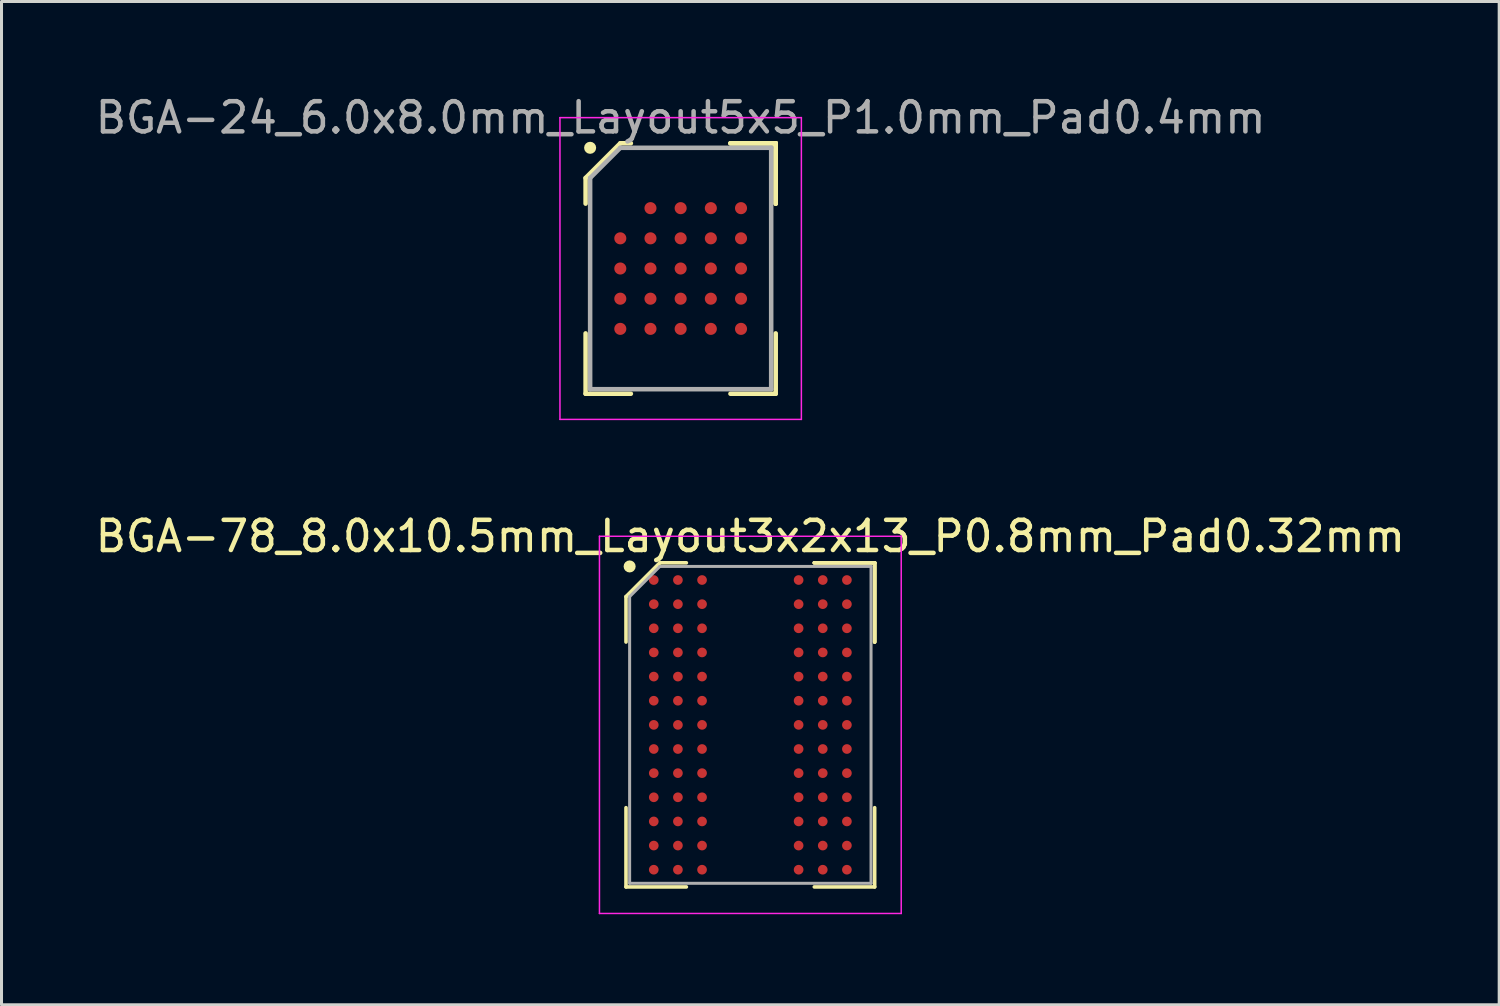
<source format=kicad_pcb>
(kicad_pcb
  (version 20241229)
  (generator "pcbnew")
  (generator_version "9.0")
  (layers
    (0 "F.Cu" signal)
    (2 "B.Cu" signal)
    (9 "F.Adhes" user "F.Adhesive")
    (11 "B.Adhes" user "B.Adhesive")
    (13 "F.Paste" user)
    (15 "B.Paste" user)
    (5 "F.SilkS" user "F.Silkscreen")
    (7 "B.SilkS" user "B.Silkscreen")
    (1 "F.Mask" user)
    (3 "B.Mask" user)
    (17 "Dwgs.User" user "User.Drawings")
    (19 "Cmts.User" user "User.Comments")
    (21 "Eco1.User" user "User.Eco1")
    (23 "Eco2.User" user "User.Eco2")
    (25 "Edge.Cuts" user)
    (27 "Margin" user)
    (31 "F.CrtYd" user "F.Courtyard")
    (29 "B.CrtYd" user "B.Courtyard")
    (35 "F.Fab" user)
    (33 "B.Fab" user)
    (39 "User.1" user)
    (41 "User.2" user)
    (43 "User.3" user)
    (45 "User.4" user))
  (footprint "BGA-24_6.0x8.0mm_Layout5x5_P1.0mm_Pad0.4mm"
    (layer "F.Cu")
    (at 19.506 5.848)
    (property "Reference" "BGA-24_6.0x8.0mm_Layout5x5_P1.0mm_Pad0.4mm" (at 0 -5 0) (layer "F.Fab") (effects (font (size 1 1) (thickness 0.15))))
    (attr smd)
    (fp_line (start -3.15 -3) (end -3.15 -2.15) (stroke (width 0.15) (type solid)) (layer "F.SilkS"))
    (fp_line (start -3.15 4.15) (end -3.15 2.15) (stroke (width 0.15) (type solid)) (layer "F.SilkS"))
    (fp_line (start -2 -4.15) (end -3.15 -3) (stroke (width 0.15) (type solid)) (layer "F.SilkS"))
    (fp_line (start -1.65 -4.15) (end -2 -4.15) (stroke (width 0.15) (type solid)) (layer "F.SilkS"))
    (fp_line (start -1.65 4.15) (end -3.15 4.15) (stroke (width 0.15) (type solid)) (layer "F.SilkS"))
    (fp_line (start 1.65 -4.15) (end 3.15 -4.15) (stroke (width 0.15) (type solid)) (layer "F.SilkS"))
    (fp_line (start 1.65 -4.15) (end 3.15 -4.15) (stroke (width 0.15) (type solid)) (layer "F.SilkS"))
    (fp_line (start 1.65 -4.15) (end 3.15 -4.15) (stroke (width 0.15) (type solid)) (layer "F.SilkS"))
    (fp_line (start 1.65 4.15) (end 3.15 4.15) (stroke (width 0.15) (type solid)) (layer "F.SilkS"))
    (fp_line (start 3.15 -4.15) (end 3.15 -2.15) (stroke (width 0.15) (type solid)) (layer "F.SilkS"))
    (fp_line (start 3.15 -4.15) (end 3.15 -2.15) (stroke (width 0.15) (type solid)) (layer "F.SilkS"))
    (fp_line (start 3.15 -4.15) (end 3.15 -2.15) (stroke (width 0.15) (type solid)) (layer "F.SilkS"))
    (fp_line (start 3.15 4.15) (end 3.15 2.15) (stroke (width 0.15) (type solid)) (layer "F.SilkS"))
    (fp_circle (center -3 -4) (end -3 -3.9) (stroke (width 0.2) (type solid)) (fill no) (layer "F.SilkS"))
    (fp_line (start -4 -5) (end 4 -5) (stroke (width 0.05) (type solid)) (layer "F.CrtYd"))
    (fp_line (start -4 5) (end -4 -5) (stroke (width 0.05) (type solid)) (layer "F.CrtYd"))
    (fp_line (start 4 -5) (end 4 5) (stroke (width 0.05) (type solid)) (layer "F.CrtYd"))
    (fp_line (start 4 5) (end -4 5) (stroke (width 0.05) (type solid)) (layer "F.CrtYd"))
    (fp_line (start -3 -3) (end -3 4) (stroke (width 0.15) (type solid)) (layer "F.Fab"))
    (fp_line (start -3 4) (end 3 4) (stroke (width 0.15) (type solid)) (layer "F.Fab"))
    (fp_line (start -2 -4) (end -3 -3) (stroke (width 0.15) (type solid)) (layer "F.Fab"))
    (fp_line (start 3 -4) (end -2 -4) (stroke (width 0.15) (type solid)) (layer "F.Fab"))
    (fp_line (start 3 4) (end 3 -4) (stroke (width 0.15) (type solid)) (layer "F.Fab"))
    (pad "A2" smd circle (at -1 -2) (size 0.4 0.4) (layers "F.Cu" "F.Mask" "F.Paste"))
    (pad "A3" smd circle (at 0 -2) (size 0.4 0.4) (layers "F.Cu" "F.Mask" "F.Paste"))
    (pad "A4" smd circle (at 1 -2) (size 0.4 0.4) (layers "F.Cu" "F.Mask" "F.Paste"))
    (pad "A5" smd circle (at 2 -2) (size 0.4 0.4) (layers "F.Cu" "F.Mask" "F.Paste"))
    (pad "B1" smd circle (at -2 -1) (size 0.4 0.4) (layers "F.Cu" "F.Mask" "F.Paste"))
    (pad "B2" smd circle (at -1 -1) (size 0.4 0.4) (layers "F.Cu" "F.Mask" "F.Paste"))
    (pad "B3" smd circle (at 0 -1) (size 0.4 0.4) (layers "F.Cu" "F.Mask" "F.Paste"))
    (pad "B4" smd circle (at 1 -1) (size 0.4 0.4) (layers "F.Cu" "F.Mask" "F.Paste"))
    (pad "B5" smd circle (at 2 -1) (size 0.4 0.4) (layers "F.Cu" "F.Mask" "F.Paste"))
    (pad "C1" smd circle (at -2 0) (size 0.4 0.4) (layers "F.Cu" "F.Mask" "F.Paste"))
    (pad "C2" smd circle (at -1 0) (size 0.4 0.4) (layers "F.Cu" "F.Mask" "F.Paste"))
    (pad "C3" smd circle (at 0 0) (size 0.4 0.4) (layers "F.Cu" "F.Mask" "F.Paste"))
    (pad "C4" smd circle (at 1 0) (size 0.4 0.4) (layers "F.Cu" "F.Mask" "F.Paste"))
    (pad "C5" smd circle (at 2 0) (size 0.4 0.4) (layers "F.Cu" "F.Mask" "F.Paste"))
    (pad "D1" smd circle (at -2 1) (size 0.4 0.4) (layers "F.Cu" "F.Mask" "F.Paste"))
    (pad "D2" smd circle (at -1 1) (size 0.4 0.4) (layers "F.Cu" "F.Mask" "F.Paste"))
    (pad "D3" smd circle (at 0 1) (size 0.4 0.4) (layers "F.Cu" "F.Mask" "F.Paste"))
    (pad "D4" smd circle (at 1 1) (size 0.4 0.4) (layers "F.Cu" "F.Mask" "F.Paste"))
    (pad "D5" smd circle (at 2 1) (size 0.4 0.4) (layers "F.Cu" "F.Mask" "F.Paste"))
    (pad "E1" smd circle (at -2 2) (size 0.4 0.4) (layers "F.Cu" "F.Mask" "F.Paste"))
    (pad "E2" smd circle (at -1 2) (size 0.4 0.4) (layers "F.Cu" "F.Mask" "F.Paste"))
    (pad "E3" smd circle (at 0 2) (size 0.4 0.4) (layers "F.Cu" "F.Mask" "F.Paste"))
    (pad "E4" smd circle (at 1 2) (size 0.4 0.4) (layers "F.Cu" "F.Mask" "F.Paste"))
    (pad "E5" smd circle (at 2 2) (size 0.4 0.4) (layers "F.Cu" "F.Mask" "F.Paste")))
  (footprint "BGA-78_8.0x10.5mm_Layout3x2x13_P0.8mm_Pad0.32mm"
    (layer "F.Cu")
    (at 21.815 20.971)
    (property "Reference" "BGA-78_8.0x10.5mm_Layout3x2x13_P0.8mm_Pad0.32mm" (at 0 -6.25 0) (layer "F.SilkS") (effects (font (size 1 1) (thickness 0.15))))
    (attr smd)
    (fp_line (start -4.12 -4.25) (end -4.12 -2.745) (stroke (width 0.12) (type solid)) (layer "F.SilkS"))
    (fp_line (start -4.12 5.37) (end -4.12 2.745) (stroke (width 0.12) (type solid)) (layer "F.SilkS"))
    (fp_line (start -3 -5.37) (end -4.12 -4.25) (stroke (width 0.12) (type solid)) (layer "F.SilkS"))
    (fp_line (start -2.12 -5.37) (end -3 -5.37) (stroke (width 0.12) (type solid)) (layer "F.SilkS"))
    (fp_line (start -2.12 5.37) (end -4.12 5.37) (stroke (width 0.12) (type solid)) (layer "F.SilkS"))
    (fp_line (start 2.12 -5.37) (end 4.12 -5.37) (stroke (width 0.12) (type solid)) (layer "F.SilkS"))
    (fp_line (start 2.12 -5.37) (end 4.12 -5.37) (stroke (width 0.12) (type solid)) (layer "F.SilkS"))
    (fp_line (start 2.12 -5.37) (end 4.12 -5.37) (stroke (width 0.12) (type solid)) (layer "F.SilkS"))
    (fp_line (start 2.12 5.37) (end 4.12 5.37) (stroke (width 0.12) (type solid)) (layer "F.SilkS"))
    (fp_line (start 4.12 -5.37) (end 4.12 -2.745) (stroke (width 0.12) (type solid)) (layer "F.SilkS"))
    (fp_line (start 4.12 -5.37) (end 4.12 -2.745) (stroke (width 0.12) (type solid)) (layer "F.SilkS"))
    (fp_line (start 4.12 -5.37) (end 4.12 -2.745) (stroke (width 0.12) (type solid)) (layer "F.SilkS"))
    (fp_line (start 4.12 5.37) (end 4.12 2.745) (stroke (width 0.12) (type solid)) (layer "F.SilkS"))
    (fp_circle (center -4 -5.25) (end -4 -5.15) (stroke (width 0.2) (type solid)) (fill no) (layer "F.SilkS"))
    (fp_line (start -5 -6.25) (end 5 -6.25) (stroke (width 0.05) (type solid)) (layer "F.CrtYd"))
    (fp_line (start -5 6.25) (end -5 -6.25) (stroke (width 0.05) (type solid)) (layer "F.CrtYd"))
    (fp_line (start 5 -6.25) (end 5 6.25) (stroke (width 0.05) (type solid)) (layer "F.CrtYd"))
    (fp_line (start 5 6.25) (end -5 6.25) (stroke (width 0.05) (type solid)) (layer "F.CrtYd"))
    (fp_line (start -4 -4.25) (end -4 5.25) (stroke (width 0.1) (type solid)) (layer "F.Fab"))
    (fp_line (start -4 5.25) (end 4 5.25) (stroke (width 0.1) (type solid)) (layer "F.Fab"))
    (fp_line (start -3 -5.25) (end -4 -4.25) (stroke (width 0.1) (type solid)) (layer "F.Fab"))
    (fp_line (start 4 -5.25) (end -3 -5.25) (stroke (width 0.1) (type solid)) (layer "F.Fab"))
    (fp_line (start 4 5.25) (end 4 -5.25) (stroke (width 0.1) (type solid)) (layer "F.Fab"))
    (pad "A1" smd circle (at -3.2 -4.8) (size 0.32 0.32) (layers "F.Cu" "F.Mask" "F.Paste"))
    (pad "A2" smd circle (at -2.4 -4.8) (size 0.32 0.32) (layers "F.Cu" "F.Mask" "F.Paste"))
    (pad "A3" smd circle (at -1.6 -4.8) (size 0.32 0.32) (layers "F.Cu" "F.Mask" "F.Paste"))
    (pad "A7" smd circle (at 1.6 -4.8) (size 0.32 0.32) (layers "F.Cu" "F.Mask" "F.Paste"))
    (pad "A8" smd circle (at 2.4 -4.8) (size 0.32 0.32) (layers "F.Cu" "F.Mask" "F.Paste"))
    (pad "A9" smd circle (at 3.2 -4.8) (size 0.32 0.32) (layers "F.Cu" "F.Mask" "F.Paste"))
    (pad "B1" smd circle (at -3.2 -4) (size 0.32 0.32) (layers "F.Cu" "F.Mask" "F.Paste"))
    (pad "B2" smd circle (at -2.4 -4) (size 0.32 0.32) (layers "F.Cu" "F.Mask" "F.Paste"))
    (pad "B3" smd circle (at -1.6 -4) (size 0.32 0.32) (layers "F.Cu" "F.Mask" "F.Paste"))
    (pad "B7" smd circle (at 1.6 -4) (size 0.32 0.32) (layers "F.Cu" "F.Mask" "F.Paste"))
    (pad "B8" smd circle (at 2.4 -4) (size 0.32 0.32) (layers "F.Cu" "F.Mask" "F.Paste"))
    (pad "B9" smd circle (at 3.2 -4) (size 0.32 0.32) (layers "F.Cu" "F.Mask" "F.Paste"))
    (pad "C1" smd circle (at -3.2 -3.2) (size 0.32 0.32) (layers "F.Cu" "F.Mask" "F.Paste"))
    (pad "C2" smd circle (at -2.4 -3.2) (size 0.32 0.32) (layers "F.Cu" "F.Mask" "F.Paste"))
    (pad "C3" smd circle (at -1.6 -3.2) (size 0.32 0.32) (layers "F.Cu" "F.Mask" "F.Paste"))
    (pad "C7" smd circle (at 1.6 -3.2) (size 0.32 0.32) (layers "F.Cu" "F.Mask" "F.Paste"))
    (pad "C8" smd circle (at 2.4 -3.2) (size 0.32 0.32) (layers "F.Cu" "F.Mask" "F.Paste"))
    (pad "C9" smd circle (at 3.2 -3.2) (size 0.32 0.32) (layers "F.Cu" "F.Mask" "F.Paste"))
    (pad "D1" smd circle (at -3.2 -2.4) (size 0.32 0.32) (layers "F.Cu" "F.Mask" "F.Paste"))
    (pad "D2" smd circle (at -2.4 -2.4) (size 0.32 0.32) (layers "F.Cu" "F.Mask" "F.Paste"))
    (pad "D3" smd circle (at -1.6 -2.4) (size 0.32 0.32) (layers "F.Cu" "F.Mask" "F.Paste"))
    (pad "D7" smd circle (at 1.6 -2.4) (size 0.32 0.32) (layers "F.Cu" "F.Mask" "F.Paste"))
    (pad "D8" smd circle (at 2.4 -2.4) (size 0.32 0.32) (layers "F.Cu" "F.Mask" "F.Paste"))
    (pad "D9" smd circle (at 3.2 -2.4) (size 0.32 0.32) (layers "F.Cu" "F.Mask" "F.Paste"))
    (pad "E1" smd circle (at -3.2 -1.6) (size 0.32 0.32) (layers "F.Cu" "F.Mask" "F.Paste"))
    (pad "E2" smd circle (at -2.4 -1.6) (size 0.32 0.32) (layers "F.Cu" "F.Mask" "F.Paste"))
    (pad "E3" smd circle (at -1.6 -1.6) (size 0.32 0.32) (layers "F.Cu" "F.Mask" "F.Paste"))
    (pad "E7" smd circle (at 1.6 -1.6) (size 0.32 0.32) (layers "F.Cu" "F.Mask" "F.Paste"))
    (pad "E8" smd circle (at 2.4 -1.6) (size 0.32 0.32) (layers "F.Cu" "F.Mask" "F.Paste"))
    (pad "E9" smd circle (at 3.2 -1.6) (size 0.32 0.32) (layers "F.Cu" "F.Mask" "F.Paste"))
    (pad "F1" smd circle (at -3.2 -0.8) (size 0.32 0.32) (layers "F.Cu" "F.Mask" "F.Paste"))
    (pad "F2" smd circle (at -2.4 -0.8) (size 0.32 0.32) (layers "F.Cu" "F.Mask" "F.Paste"))
    (pad "F3" smd circle (at -1.6 -0.8) (size 0.32 0.32) (layers "F.Cu" "F.Mask" "F.Paste"))
    (pad "F7" smd circle (at 1.6 -0.8) (size 0.32 0.32) (layers "F.Cu" "F.Mask" "F.Paste"))
    (pad "F8" smd circle (at 2.4 -0.8) (size 0.32 0.32) (layers "F.Cu" "F.Mask" "F.Paste"))
    (pad "F9" smd circle (at 3.2 -0.8) (size 0.32 0.32) (layers "F.Cu" "F.Mask" "F.Paste"))
    (pad "G1" smd circle (at -3.2 0) (size 0.32 0.32) (layers "F.Cu" "F.Mask" "F.Paste"))
    (pad "G2" smd circle (at -2.4 0) (size 0.32 0.32) (layers "F.Cu" "F.Mask" "F.Paste"))
    (pad "G3" smd circle (at -1.6 0) (size 0.32 0.32) (layers "F.Cu" "F.Mask" "F.Paste"))
    (pad "G7" smd circle (at 1.6 0) (size 0.32 0.32) (layers "F.Cu" "F.Mask" "F.Paste"))
    (pad "G8" smd circle (at 2.4 0) (size 0.32 0.32) (layers "F.Cu" "F.Mask" "F.Paste"))
    (pad "G9" smd circle (at 3.2 0) (size 0.32 0.32) (layers "F.Cu" "F.Mask" "F.Paste"))
    (pad "H1" smd circle (at -3.2 0.8) (size 0.32 0.32) (layers "F.Cu" "F.Mask" "F.Paste"))
    (pad "H2" smd circle (at -2.4 0.8) (size 0.32 0.32) (layers "F.Cu" "F.Mask" "F.Paste"))
    (pad "H3" smd circle (at -1.6 0.8) (size 0.32 0.32) (layers "F.Cu" "F.Mask" "F.Paste"))
    (pad "H7" smd circle (at 1.6 0.8) (size 0.32 0.32) (layers "F.Cu" "F.Mask" "F.Paste"))
    (pad "H8" smd circle (at 2.4 0.8) (size 0.32 0.32) (layers "F.Cu" "F.Mask" "F.Paste"))
    (pad "H9" smd circle (at 3.2 0.8) (size 0.32 0.32) (layers "F.Cu" "F.Mask" "F.Paste"))
    (pad "J1" smd circle (at -3.2 1.6) (size 0.32 0.32) (layers "F.Cu" "F.Mask" "F.Paste"))
    (pad "J2" smd circle (at -2.4 1.6) (size 0.32 0.32) (layers "F.Cu" "F.Mask" "F.Paste"))
    (pad "J3" smd circle (at -1.6 1.6) (size 0.32 0.32) (layers "F.Cu" "F.Mask" "F.Paste"))
    (pad "J7" smd circle (at 1.6 1.6) (size 0.32 0.32) (layers "F.Cu" "F.Mask" "F.Paste"))
    (pad "J8" smd circle (at 2.4 1.6) (size 0.32 0.32) (layers "F.Cu" "F.Mask" "F.Paste"))
    (pad "J9" smd circle (at 3.2 1.6) (size 0.32 0.32) (layers "F.Cu" "F.Mask" "F.Paste"))
    (pad "K1" smd circle (at -3.2 2.4) (size 0.32 0.32) (layers "F.Cu" "F.Mask" "F.Paste"))
    (pad "K2" smd circle (at -2.4 2.4) (size 0.32 0.32) (layers "F.Cu" "F.Mask" "F.Paste"))
    (pad "K3" smd circle (at -1.6 2.4) (size 0.32 0.32) (layers "F.Cu" "F.Mask" "F.Paste"))
    (pad "K7" smd circle (at 1.6 2.4) (size 0.32 0.32) (layers "F.Cu" "F.Mask" "F.Paste"))
    (pad "K8" smd circle (at 2.4 2.4) (size 0.32 0.32) (layers "F.Cu" "F.Mask" "F.Paste"))
    (pad "K9" smd circle (at 3.2 2.4) (size 0.32 0.32) (layers "F.Cu" "F.Mask" "F.Paste"))
    (pad "L1" smd circle (at -3.2 3.2) (size 0.32 0.32) (layers "F.Cu" "F.Mask" "F.Paste"))
    (pad "L2" smd circle (at -2.4 3.2) (size 0.32 0.32) (layers "F.Cu" "F.Mask" "F.Paste"))
    (pad "L3" smd circle (at -1.6 3.2) (size 0.32 0.32) (layers "F.Cu" "F.Mask" "F.Paste"))
    (pad "L7" smd circle (at 1.6 3.2) (size 0.32 0.32) (layers "F.Cu" "F.Mask" "F.Paste"))
    (pad "L8" smd circle (at 2.4 3.2) (size 0.32 0.32) (layers "F.Cu" "F.Mask" "F.Paste"))
    (pad "L9" smd circle (at 3.2 3.2) (size 0.32 0.32) (layers "F.Cu" "F.Mask" "F.Paste"))
    (pad "M1" smd circle (at -3.2 4) (size 0.32 0.32) (layers "F.Cu" "F.Mask" "F.Paste"))
    (pad "M2" smd circle (at -2.4 4) (size 0.32 0.32) (layers "F.Cu" "F.Mask" "F.Paste"))
    (pad "M3" smd circle (at -1.6 4) (size 0.32 0.32) (layers "F.Cu" "F.Mask" "F.Paste"))
    (pad "M7" smd circle (at 1.6 4) (size 0.32 0.32) (layers "F.Cu" "F.Mask" "F.Paste"))
    (pad "M8" smd circle (at 2.4 4) (size 0.32 0.32) (layers "F.Cu" "F.Mask" "F.Paste"))
    (pad "M9" smd circle (at 3.2 4) (size 0.32 0.32) (layers "F.Cu" "F.Mask" "F.Paste"))
    (pad "N1" smd circle (at -3.2 4.8) (size 0.32 0.32) (layers "F.Cu" "F.Mask" "F.Paste"))
    (pad "N2" smd circle (at -2.4 4.8) (size 0.32 0.32) (layers "F.Cu" "F.Mask" "F.Paste"))
    (pad "N3" smd circle (at -1.6 4.8) (size 0.32 0.32) (layers "F.Cu" "F.Mask" "F.Paste"))
    (pad "N7" smd circle (at 1.6 4.8) (size 0.32 0.32) (layers "F.Cu" "F.Mask" "F.Paste"))
    (pad "N8" smd circle (at 2.4 4.8) (size 0.32 0.32) (layers "F.Cu" "F.Mask" "F.Paste"))
    (pad "N9" smd circle (at 3.2 4.8) (size 0.32 0.32) (layers "F.Cu" "F.Mask" "F.Paste")))
  (gr_rect
    (start -3 -3)
    (end 46.631 30.247)
    (stroke (width 0.1) (type default))
    (fill no)
    (layer "Edge.Cuts")))
</source>
